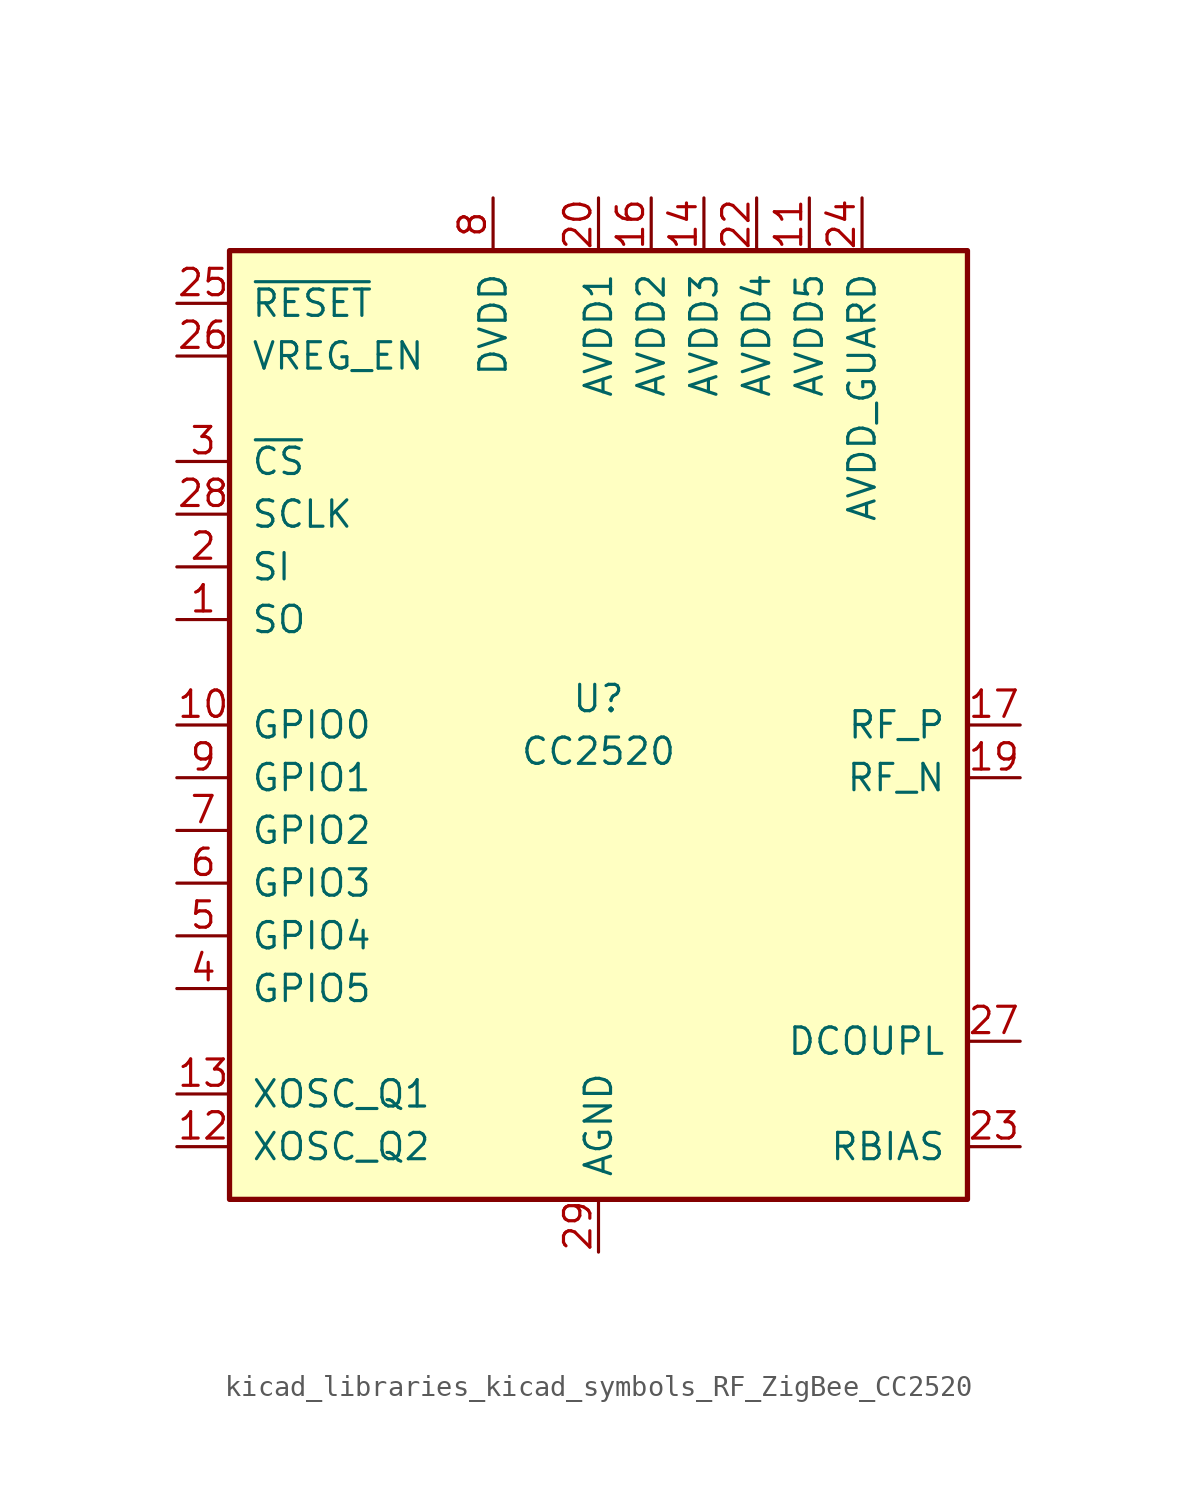
<source format=kicad_sym>
(kicad_symbol_lib
  (version 20220914)
  (generator kicad_symbol_editor)
  (symbol "kicad_libraries_kicad_symbols_RF_ZigBee_CC2520"
    (pin_names
      (offset 1.016))
    (property "Reference" "U"
      (at 0 1.27 0)
      (effects (font (size 1.27 1.27))))
    (property "Value" "CC2520"
      (at 0 -1.27 0)
      (effects (font (size 1.27 1.27))))
    (symbol "kicad_libraries_kicad_symbols_RF_ZigBee_CC2520_0_1"
      (rectangle (start -17.78 22.86) (end 17.78 -22.86) (stroke (width 0.254) (type default)) (fill (type background))))
    (symbol "kicad_libraries_kicad_symbols_RF_ZigBee_CC2520_1_1"
      (pin output line (at -20.32 5.08 0) (length 2.54) (name "SO" (effects (font (size 1.27 1.27)))) (number "1" (effects (font (size 1.27 1.27)))))
      (pin bidirectional line (at -20.32 0 0) (length 2.54) (name "GPIO0" (effects (font (size 1.27 1.27)))) (number "10" (effects (font (size 1.27 1.27)))))
      (pin power_in line (at 10.16 25.4 270) (length 2.54) (name "AVDD5" (effects (font (size 1.27 1.27)))) (number "11" (effects (font (size 1.27 1.27)))))
      (pin passive line (at -20.32 -20.32 0) (length 2.54) (name "XOSC_Q2" (effects (font (size 1.27 1.27)))) (number "12" (effects (font (size 1.27 1.27)))))
      (pin passive line (at -20.32 -17.78 0) (length 2.54) (name "XOSC_Q1" (effects (font (size 1.27 1.27)))) (number "13" (effects (font (size 1.27 1.27)))))
      (pin power_in line (at 5.08 25.4 270) (length 2.54) (name "AVDD3" (effects (font (size 1.27 1.27)))) (number "14" (effects (font (size 1.27 1.27)))))
      (pin no_connect line (at 2.54 -22.86 90) (length 2.54) hide (name "NC" (effects (font (size 1.27 1.27)))) (number "15" (effects (font (size 1.27 1.27)))))
      (pin power_in line (at 2.54 25.4 270) (length 2.54) (name "AVDD2" (effects (font (size 1.27 1.27)))) (number "16" (effects (font (size 1.27 1.27)))))
      (pin passive line (at 20.32 0 180) (length 2.54) (name "RF_P" (effects (font (size 1.27 1.27)))) (number "17" (effects (font (size 1.27 1.27)))))
      (pin passive line (at 20.32 -2.54 180) (length 2.54) (name "RF_N" (effects (font (size 1.27 1.27)))) (number "19" (effects (font (size 1.27 1.27)))))
      (pin input line (at -20.32 7.62 0) (length 2.54) (name "SI" (effects (font (size 1.27 1.27)))) (number "2" (effects (font (size 1.27 1.27)))))
      (pin power_in line (at 0 25.4 270) (length 2.54) (name "AVDD1" (effects (font (size 1.27 1.27)))) (number "20" (effects (font (size 1.27 1.27)))))
      (pin no_connect line (at 5.08 -22.86 90) (length 2.54) hide (name "NC" (effects (font (size 1.27 1.27)))) (number "21" (effects (font (size 1.27 1.27)))))
      (pin power_in line (at 7.62 25.4 270) (length 2.54) (name "AVDD4" (effects (font (size 1.27 1.27)))) (number "22" (effects (font (size 1.27 1.27)))))
      (pin passive line (at 20.32 -20.32 180) (length 2.54) (name "RBIAS" (effects (font (size 1.27 1.27)))) (number "23" (effects (font (size 1.27 1.27)))))
      (pin power_in line (at 12.7 25.4 270) (length 2.54) (name "AVDD_GUARD" (effects (font (size 1.27 1.27)))) (number "24" (effects (font (size 1.27 1.27)))))
      (pin input line (at -20.32 20.32 0) (length 2.54) (name "~{RESET}" (effects (font (size 1.27 1.27)))) (number "25" (effects (font (size 1.27 1.27)))))
      (pin input line (at -20.32 17.78 0) (length 2.54) (name "VREG_EN" (effects (font (size 1.27 1.27)))) (number "26" (effects (font (size 1.27 1.27)))))
      (pin passive line (at 20.32 -15.24 180) (length 2.54) (name "DCOUPL" (effects (font (size 1.27 1.27)))) (number "27" (effects (font (size 1.27 1.27)))))
      (pin input line (at -20.32 10.16 0) (length 2.54) (name "SCLK" (effects (font (size 1.27 1.27)))) (number "28" (effects (font (size 1.27 1.27)))))
      (pin power_in line (at 0 -25.4 90) (length 2.54) (name "AGND" (effects (font (size 1.27 1.27)))) (number "29" (effects (font (size 1.27 1.27)))))
      (pin input line (at -20.32 12.7 0) (length 2.54) (name "~{CS}" (effects (font (size 1.27 1.27)))) (number "3" (effects (font (size 1.27 1.27)))))
      (pin bidirectional line (at -20.32 -12.7 0) (length 2.54) (name "GPIO5" (effects (font (size 1.27 1.27)))) (number "4" (effects (font (size 1.27 1.27)))))
      (pin bidirectional line (at -20.32 -10.16 0) (length 2.54) (name "GPIO4" (effects (font (size 1.27 1.27)))) (number "5" (effects (font (size 1.27 1.27)))))
      (pin bidirectional line (at -20.32 -7.62 0) (length 2.54) (name "GPIO3" (effects (font (size 1.27 1.27)))) (number "6" (effects (font (size 1.27 1.27)))))
      (pin bidirectional line (at -20.32 -5.08 0) (length 2.54) (name "GPIO2" (effects (font (size 1.27 1.27)))) (number "7" (effects (font (size 1.27 1.27)))))
      (pin power_in line (at -5.08 25.4 270) (length 2.54) (name "DVDD" (effects (font (size 1.27 1.27)))) (number "8" (effects (font (size 1.27 1.27)))))
      (pin bidirectional line (at -20.32 -2.54 0) (length 2.54) (name "GPIO1" (effects (font (size 1.27 1.27)))) (number "9" (effects (font (size 1.27 1.27))))))))
</source>
